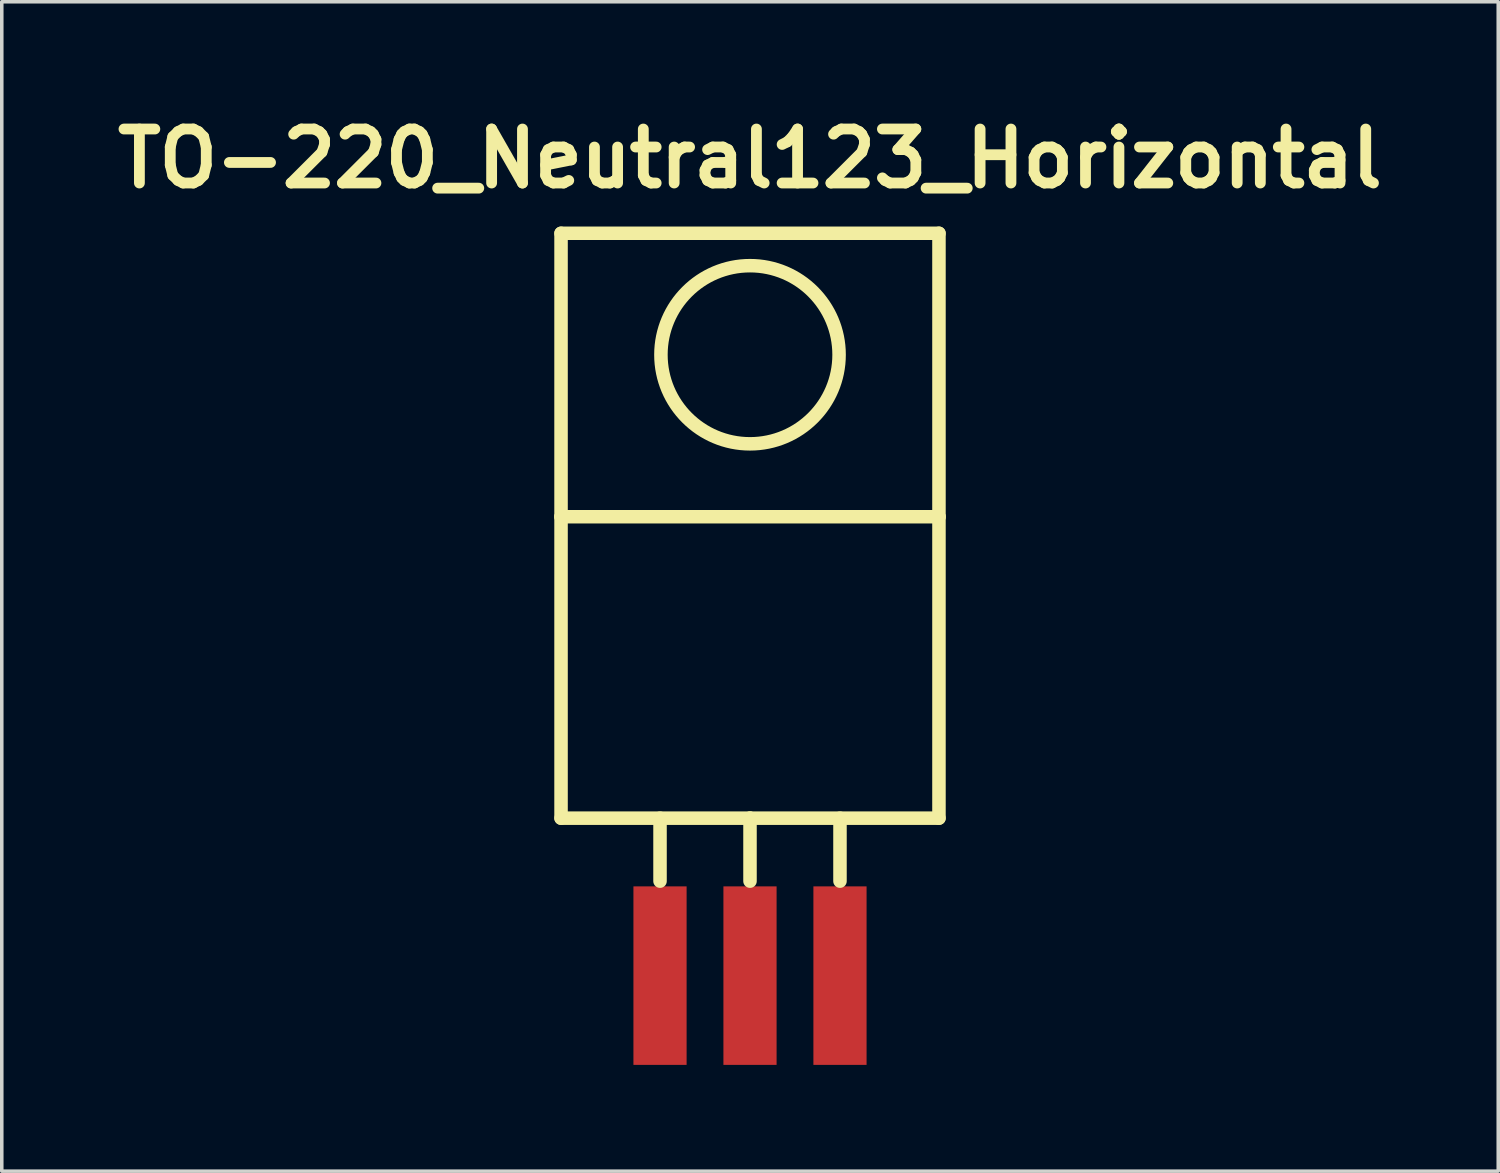
<source format=kicad_pcb>
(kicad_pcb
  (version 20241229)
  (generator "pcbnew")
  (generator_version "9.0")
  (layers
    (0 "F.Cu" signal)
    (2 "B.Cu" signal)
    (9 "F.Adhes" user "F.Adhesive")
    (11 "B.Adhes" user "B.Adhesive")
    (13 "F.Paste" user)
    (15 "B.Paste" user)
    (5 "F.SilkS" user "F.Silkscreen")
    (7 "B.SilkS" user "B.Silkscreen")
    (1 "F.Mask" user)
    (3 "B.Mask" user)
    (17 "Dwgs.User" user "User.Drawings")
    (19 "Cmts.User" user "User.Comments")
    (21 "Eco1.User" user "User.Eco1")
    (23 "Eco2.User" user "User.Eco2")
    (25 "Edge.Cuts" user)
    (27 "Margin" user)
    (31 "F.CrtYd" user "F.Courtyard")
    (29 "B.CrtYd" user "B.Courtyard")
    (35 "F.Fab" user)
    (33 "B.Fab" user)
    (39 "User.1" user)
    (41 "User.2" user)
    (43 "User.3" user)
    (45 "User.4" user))
  (footprint "TO-220_Neutral123_Horizontal"
    (layer "F.Cu")
    (at 18.121 23.728)
    (property "Reference" "TO-220_Neutral123_Horizontal" (at 0 -22.301 0) (layer "F.SilkS") (effects (font (size 1.524 1.524) (thickness 0.305))))
    (attr through_hole)
    (fp_line (start -5.334 -20.193) (end -5.334 -12.192) (stroke (width 0.381) (type solid)) (layer "F.SilkS"))
    (fp_line (start -5.334 -12.192) (end -5.334 -3.683) (stroke (width 0.381) (type solid)) (layer "F.SilkS"))
    (fp_line (start -2.54 -3.683) (end -2.54 -1.905) (stroke (width 0.381) (type solid)) (layer "F.SilkS"))
    (fp_line (start 0 -3.683) (end -5.334 -3.683) (stroke (width 0.381) (type solid)) (layer "F.SilkS"))
    (fp_line (start 0 -3.683) (end 0 -1.905) (stroke (width 0.381) (type solid)) (layer "F.SilkS"))
    (fp_line (start 0 -3.683) (end 5.334 -3.683) (stroke (width 0.381) (type solid)) (layer "F.SilkS"))
    (fp_line (start 2.54 -3.683) (end 2.54 -1.905) (stroke (width 0.381) (type solid)) (layer "F.SilkS"))
    (fp_line (start 5.334 -20.193) (end -5.334 -20.193) (stroke (width 0.381) (type solid)) (layer "F.SilkS"))
    (fp_line (start 5.334 -12.192) (end -5.334 -12.192) (stroke (width 0.381) (type solid)) (layer "F.SilkS"))
    (fp_line (start 5.334 -12.192) (end 5.334 -20.193) (stroke (width 0.381) (type solid)) (layer "F.SilkS"))
    (fp_line (start 5.334 -3.683) (end 5.334 -12.192) (stroke (width 0.381) (type solid)) (layer "F.SilkS"))
    (fp_circle (center 0 -16.764) (end 1.778 -14.986) (stroke (width 0.381) (type solid)) (fill no) (layer "F.SilkS"))
    (pad "1" smd rect (at -2.54 0.762 90) (size 5.039 1.501) (layers "F.Cu" "F.Mask" "F.Paste"))
    (pad "2" smd rect (at 0 0.762 90) (size 5.039 1.501) (layers "F.Cu" "F.Mask" "F.Paste"))
    (pad "3" smd rect (at 2.54 0.762 90) (size 5.039 1.501) (layers "F.Cu" "F.Mask" "F.Paste")))
  (gr_rect
    (start -3 -3)
    (end 39.242 30.009)
    (stroke (width 0.1) (type default))
    (fill no)
    (layer "Edge.Cuts")))
</source>
